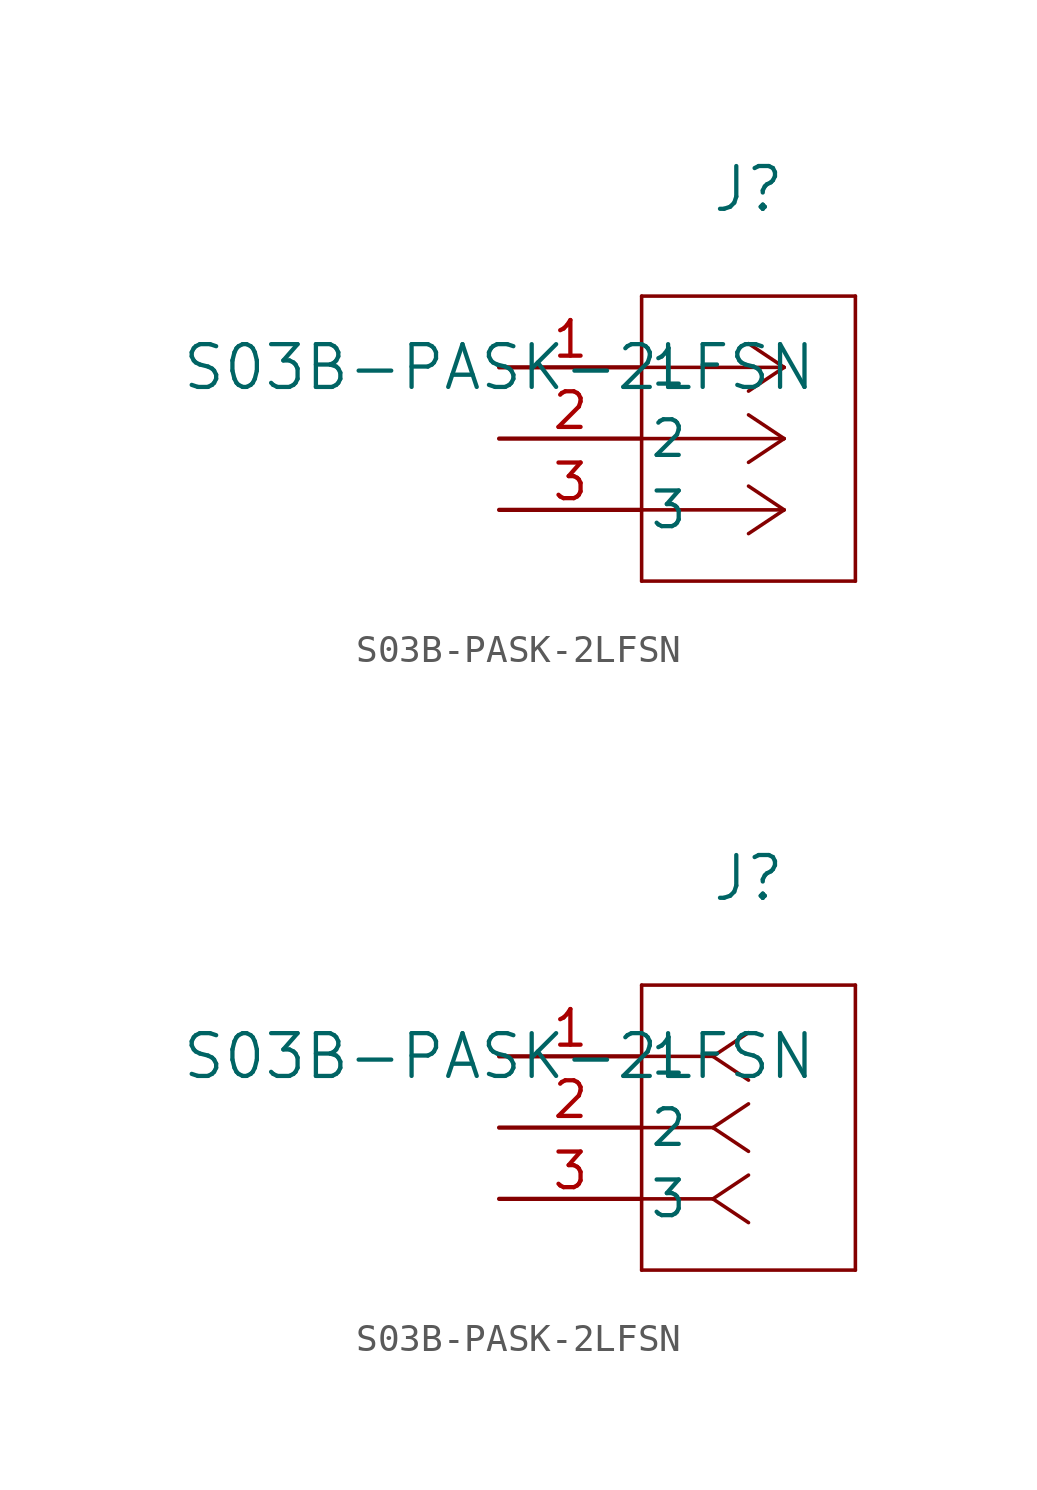
<source format=kicad_sym>
(kicad_symbol_lib
  (version 20231120)
  (generator "kicad_symbol_editor")
  (generator_version "8.0")
  (symbol "S03B-PASK-2LFSN"
    (pin_names
      (offset 0.254))
    (property "Reference" "J"
      (at 8.89 6.35 0)
      (effects (font (size 1.524 1.524))))
    (property "Value" "S03B-PASK-2LFSN"
      (at 0 0 0)
      (effects (font (size 1.524 1.524))))
    (symbol "S03B-PASK-2LFSN_1_1"
      (polyline (pts (xy 5.08 -7.62) (xy 12.7 -7.62)) (stroke (width 0.127) (type default)) (fill (type none)))
      (polyline (pts (xy 5.08 2.54) (xy 5.08 -7.62)) (stroke (width 0.127) (type default)) (fill (type none)))
      (polyline (pts (xy 10.16 -5.08) (xy 5.08 -5.08)) (stroke (width 0.127) (type default)) (fill (type none)))
      (polyline (pts (xy 10.16 -5.08) (xy 8.89 -5.927)) (stroke (width 0.127) (type default)) (fill (type none)))
      (polyline (pts (xy 10.16 -5.08) (xy 8.89 -4.233)) (stroke (width 0.127) (type default)) (fill (type none)))
      (polyline (pts (xy 10.16 -2.54) (xy 5.08 -2.54)) (stroke (width 0.127) (type default)) (fill (type none)))
      (polyline (pts (xy 10.16 -2.54) (xy 8.89 -3.387)) (stroke (width 0.127) (type default)) (fill (type none)))
      (polyline (pts (xy 10.16 -2.54) (xy 8.89 -1.693)) (stroke (width 0.127) (type default)) (fill (type none)))
      (polyline (pts (xy 10.16 0) (xy 5.08 0)) (stroke (width 0.127) (type default)) (fill (type none)))
      (polyline (pts (xy 10.16 0) (xy 8.89 -0.847)) (stroke (width 0.127) (type default)) (fill (type none)))
      (polyline (pts (xy 10.16 0) (xy 8.89 0.847)) (stroke (width 0.127) (type default)) (fill (type none)))
      (polyline (pts (xy 12.7 -7.62) (xy 12.7 2.54)) (stroke (width 0.127) (type default)) (fill (type none)))
      (polyline (pts (xy 12.7 2.54) (xy 5.08 2.54)) (stroke (width 0.127) (type default)) (fill (type none)))
      (pin passive line (at 0 0 0) (length 5.08) (name "1" (effects (font (size 1.27 1.27)))) (number "1" (effects (font (size 1.27 1.27)))))
      (pin passive line (at 0 -2.54 0) (length 5.08) (name "2" (effects (font (size 1.27 1.27)))) (number "2" (effects (font (size 1.27 1.27)))))
      (pin passive line (at 0 -5.08 0) (length 5.08) (name "3" (effects (font (size 1.27 1.27)))) (number "3" (effects (font (size 1.27 1.27))))))
    (symbol "S03B-PASK-2LFSN_1_2"
      (polyline (pts (xy 5.08 -7.62) (xy 12.7 -7.62)) (stroke (width 0.127) (type default)) (fill (type none)))
      (polyline (pts (xy 5.08 2.54) (xy 5.08 -7.62)) (stroke (width 0.127) (type default)) (fill (type none)))
      (polyline (pts (xy 7.62 -5.08) (xy 5.08 -5.08)) (stroke (width 0.127) (type default)) (fill (type none)))
      (polyline (pts (xy 7.62 -5.08) (xy 8.89 -5.927)) (stroke (width 0.127) (type default)) (fill (type none)))
      (polyline (pts (xy 7.62 -5.08) (xy 8.89 -4.233)) (stroke (width 0.127) (type default)) (fill (type none)))
      (polyline (pts (xy 7.62 -2.54) (xy 5.08 -2.54)) (stroke (width 0.127) (type default)) (fill (type none)))
      (polyline (pts (xy 7.62 -2.54) (xy 8.89 -3.387)) (stroke (width 0.127) (type default)) (fill (type none)))
      (polyline (pts (xy 7.62 -2.54) (xy 8.89 -1.693)) (stroke (width 0.127) (type default)) (fill (type none)))
      (polyline (pts (xy 7.62 0) (xy 5.08 0)) (stroke (width 0.127) (type default)) (fill (type none)))
      (polyline (pts (xy 7.62 0) (xy 8.89 -0.847)) (stroke (width 0.127) (type default)) (fill (type none)))
      (polyline (pts (xy 7.62 0) (xy 8.89 0.847)) (stroke (width 0.127) (type default)) (fill (type none)))
      (polyline (pts (xy 12.7 -7.62) (xy 12.7 2.54)) (stroke (width 0.127) (type default)) (fill (type none)))
      (polyline (pts (xy 12.7 2.54) (xy 5.08 2.54)) (stroke (width 0.127) (type default)) (fill (type none)))
      (pin unspecified line (at 0 0 0) (length 5.08) (name "1" (effects (font (size 1.27 1.27)))) (number "1" (effects (font (size 1.27 1.27)))))
      (pin unspecified line (at 0 -2.54 0) (length 5.08) (name "2" (effects (font (size 1.27 1.27)))) (number "2" (effects (font (size 1.27 1.27)))))
      (pin unspecified line (at 0 -5.08 0) (length 5.08) (name "3" (effects (font (size 1.27 1.27)))) (number "3" (effects (font (size 1.27 1.27))))))))
</source>
